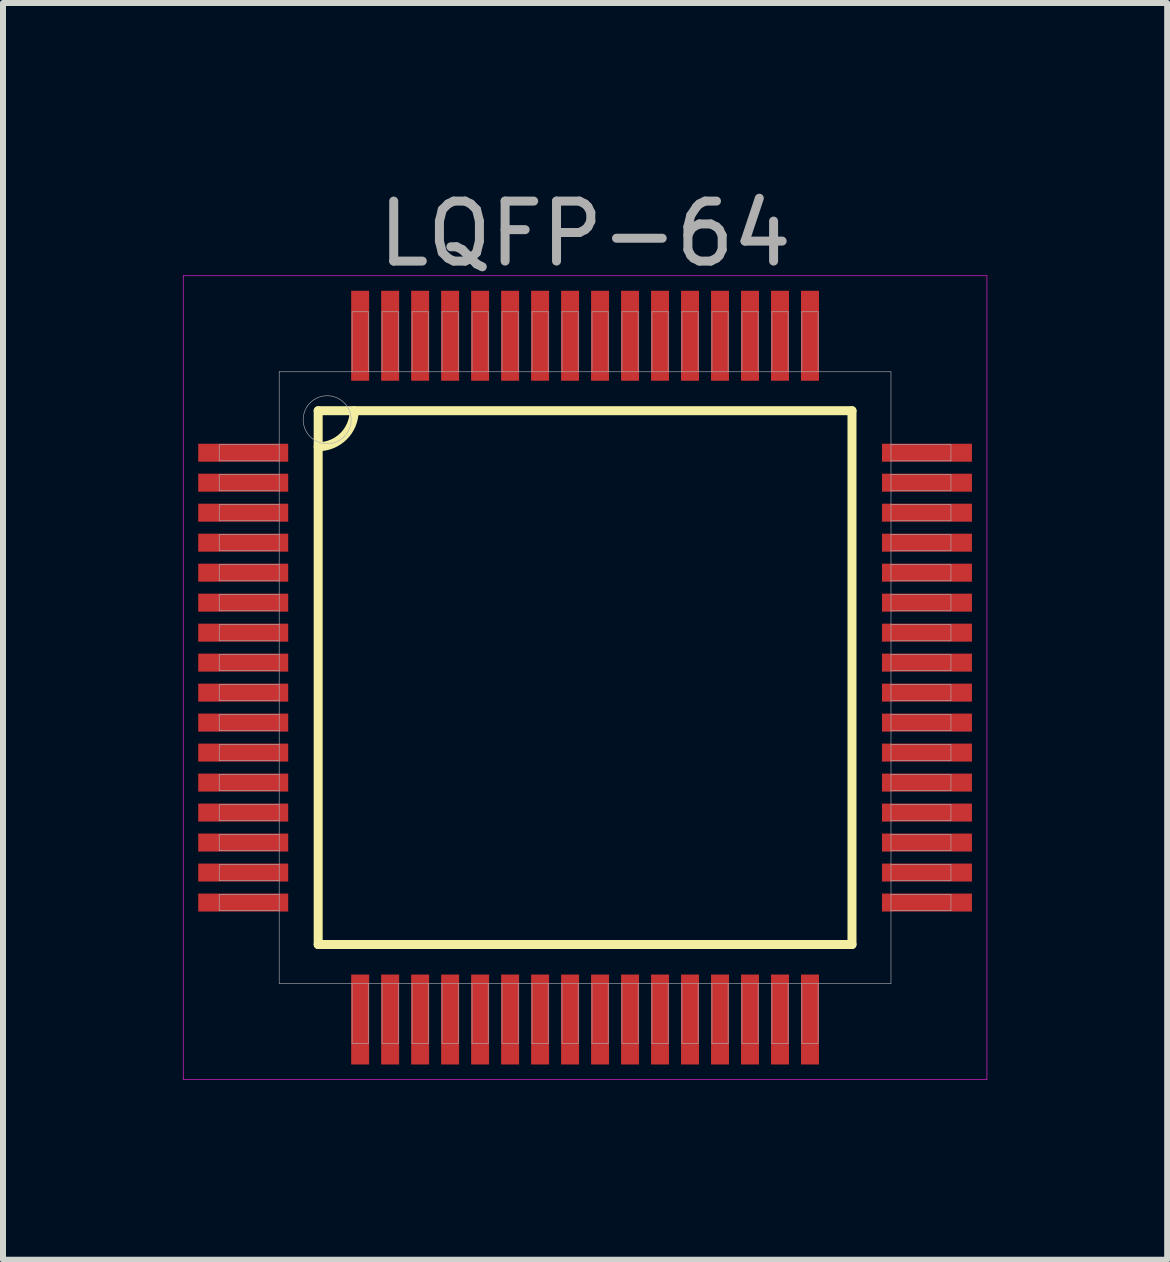
<source format=kicad_pcb>
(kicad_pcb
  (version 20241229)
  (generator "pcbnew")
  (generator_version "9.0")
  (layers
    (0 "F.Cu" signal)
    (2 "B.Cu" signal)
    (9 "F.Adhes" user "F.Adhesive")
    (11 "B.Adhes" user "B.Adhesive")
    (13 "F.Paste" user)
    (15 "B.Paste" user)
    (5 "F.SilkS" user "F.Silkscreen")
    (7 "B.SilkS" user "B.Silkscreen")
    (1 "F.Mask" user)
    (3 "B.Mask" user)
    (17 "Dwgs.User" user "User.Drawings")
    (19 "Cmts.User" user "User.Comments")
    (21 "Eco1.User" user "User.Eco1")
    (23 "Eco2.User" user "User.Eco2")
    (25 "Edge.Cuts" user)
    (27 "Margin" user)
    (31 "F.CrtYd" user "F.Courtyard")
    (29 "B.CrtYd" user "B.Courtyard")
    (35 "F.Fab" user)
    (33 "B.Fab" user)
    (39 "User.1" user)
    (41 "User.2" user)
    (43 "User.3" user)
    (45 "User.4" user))
  (footprint "LQFP-64"
    (layer "F.Cu")
    (at 6.705 8.248)
    (property "Reference" "LQFP-64" (at 0 -7.4 0) (layer "F.Fab") (effects (font (size 1 1) (thickness 0.15))))
    (attr through_hole)
    (fp_line (start -4.45 -4.45) (end 4.45 -4.45) (stroke (width 0.15) (type solid)) (layer "F.SilkS"))
    (fp_line (start -4.45 4.45) (end -4.45 -4.45) (stroke (width 0.15) (type solid)) (layer "F.SilkS"))
    (fp_line (start 4.45 -4.45) (end 4.45 4.45) (stroke (width 0.15) (type solid)) (layer "F.SilkS"))
    (fp_line (start 4.45 4.45) (end -4.45 4.45) (stroke (width 0.15) (type solid)) (layer "F.SilkS"))
    (fp_arc (start -3.85 -4.45) (mid -4.025736 -4.025736) (end -4.45 -3.85) (stroke (width 0.15) (type solid)) (layer "F.SilkS"))
    (fp_line (start -6.7 -6.7) (end 6.7 -6.7) (stroke (width 0.01) (type solid)) (layer "F.CrtYd"))
    (fp_line (start -6.7 6.7) (end -6.7 -6.7) (stroke (width 0.01) (type solid)) (layer "F.CrtYd"))
    (fp_line (start 6.7 -6.7) (end 6.7 6.7) (stroke (width 0.01) (type solid)) (layer "F.CrtYd"))
    (fp_line (start 6.7 6.7) (end -6.7 6.7) (stroke (width 0.01) (type solid)) (layer "F.CrtYd"))
    (fp_line (start -6.1 -3.885) (end -5.1 -3.885) (stroke (width 0.01) (type solid)) (layer "F.Fab"))
    (fp_line (start -6.1 -3.615) (end -6.1 -3.885) (stroke (width 0.01) (type solid)) (layer "F.Fab"))
    (fp_line (start -6.1 -3.385) (end -5.1 -3.385) (stroke (width 0.01) (type solid)) (layer "F.Fab"))
    (fp_line (start -6.1 -3.115) (end -6.1 -3.385) (stroke (width 0.01) (type solid)) (layer "F.Fab"))
    (fp_line (start -6.1 -2.885) (end -5.1 -2.885) (stroke (width 0.01) (type solid)) (layer "F.Fab"))
    (fp_line (start -6.1 -2.615) (end -6.1 -2.885) (stroke (width 0.01) (type solid)) (layer "F.Fab"))
    (fp_line (start -6.1 -2.385) (end -5.1 -2.385) (stroke (width 0.01) (type solid)) (layer "F.Fab"))
    (fp_line (start -6.1 -2.115) (end -6.1 -2.385) (stroke (width 0.01) (type solid)) (layer "F.Fab"))
    (fp_line (start -6.1 -1.885) (end -5.1 -1.885) (stroke (width 0.01) (type solid)) (layer "F.Fab"))
    (fp_line (start -6.1 -1.615) (end -6.1 -1.885) (stroke (width 0.01) (type solid)) (layer "F.Fab"))
    (fp_line (start -6.1 -1.385) (end -5.1 -1.385) (stroke (width 0.01) (type solid)) (layer "F.Fab"))
    (fp_line (start -6.1 -1.115) (end -6.1 -1.385) (stroke (width 0.01) (type solid)) (layer "F.Fab"))
    (fp_line (start -6.1 -0.885) (end -5.1 -0.885) (stroke (width 0.01) (type solid)) (layer "F.Fab"))
    (fp_line (start -6.1 -0.615) (end -6.1 -0.885) (stroke (width 0.01) (type solid)) (layer "F.Fab"))
    (fp_line (start -6.1 -0.385) (end -5.1 -0.385) (stroke (width 0.01) (type solid)) (layer "F.Fab"))
    (fp_line (start -6.1 -0.115) (end -6.1 -0.385) (stroke (width 0.01) (type solid)) (layer "F.Fab"))
    (fp_line (start -6.1 0.115) (end -5.1 0.115) (stroke (width 0.01) (type solid)) (layer "F.Fab"))
    (fp_line (start -6.1 0.385) (end -6.1 0.115) (stroke (width 0.01) (type solid)) (layer "F.Fab"))
    (fp_line (start -6.1 0.615) (end -5.1 0.615) (stroke (width 0.01) (type solid)) (layer "F.Fab"))
    (fp_line (start -6.1 0.885) (end -6.1 0.615) (stroke (width 0.01) (type solid)) (layer "F.Fab"))
    (fp_line (start -6.1 1.115) (end -5.1 1.115) (stroke (width 0.01) (type solid)) (layer "F.Fab"))
    (fp_line (start -6.1 1.385) (end -6.1 1.115) (stroke (width 0.01) (type solid)) (layer "F.Fab"))
    (fp_line (start -6.1 1.615) (end -5.1 1.615) (stroke (width 0.01) (type solid)) (layer "F.Fab"))
    (fp_line (start -6.1 1.885) (end -6.1 1.615) (stroke (width 0.01) (type solid)) (layer "F.Fab"))
    (fp_line (start -6.1 2.115) (end -5.1 2.115) (stroke (width 0.01) (type solid)) (layer "F.Fab"))
    (fp_line (start -6.1 2.385) (end -6.1 2.115) (stroke (width 0.01) (type solid)) (layer "F.Fab"))
    (fp_line (start -6.1 2.615) (end -5.1 2.615) (stroke (width 0.01) (type solid)) (layer "F.Fab"))
    (fp_line (start -6.1 2.885) (end -6.1 2.615) (stroke (width 0.01) (type solid)) (layer "F.Fab"))
    (fp_line (start -6.1 3.115) (end -5.1 3.115) (stroke (width 0.01) (type solid)) (layer "F.Fab"))
    (fp_line (start -6.1 3.385) (end -6.1 3.115) (stroke (width 0.01) (type solid)) (layer "F.Fab"))
    (fp_line (start -6.1 3.615) (end -5.1 3.615) (stroke (width 0.01) (type solid)) (layer "F.Fab"))
    (fp_line (start -6.1 3.885) (end -6.1 3.615) (stroke (width 0.01) (type solid)) (layer "F.Fab"))
    (fp_line (start -5.1 -5.1) (end 5.1 -5.1) (stroke (width 0.01) (type solid)) (layer "F.Fab"))
    (fp_line (start -5.1 -3.615) (end -6.1 -3.615) (stroke (width 0.01) (type solid)) (layer "F.Fab"))
    (fp_line (start -5.1 -3.115) (end -6.1 -3.115) (stroke (width 0.01) (type solid)) (layer "F.Fab"))
    (fp_line (start -5.1 -2.615) (end -6.1 -2.615) (stroke (width 0.01) (type solid)) (layer "F.Fab"))
    (fp_line (start -5.1 -2.115) (end -6.1 -2.115) (stroke (width 0.01) (type solid)) (layer "F.Fab"))
    (fp_line (start -5.1 -1.615) (end -6.1 -1.615) (stroke (width 0.01) (type solid)) (layer "F.Fab"))
    (fp_line (start -5.1 -1.115) (end -6.1 -1.115) (stroke (width 0.01) (type solid)) (layer "F.Fab"))
    (fp_line (start -5.1 -0.615) (end -6.1 -0.615) (stroke (width 0.01) (type solid)) (layer "F.Fab"))
    (fp_line (start -5.1 -0.115) (end -6.1 -0.115) (stroke (width 0.01) (type solid)) (layer "F.Fab"))
    (fp_line (start -5.1 0.385) (end -6.1 0.385) (stroke (width 0.01) (type solid)) (layer "F.Fab"))
    (fp_line (start -5.1 0.885) (end -6.1 0.885) (stroke (width 0.01) (type solid)) (layer "F.Fab"))
    (fp_line (start -5.1 1.385) (end -6.1 1.385) (stroke (width 0.01) (type solid)) (layer "F.Fab"))
    (fp_line (start -5.1 1.885) (end -6.1 1.885) (stroke (width 0.01) (type solid)) (layer "F.Fab"))
    (fp_line (start -5.1 2.385) (end -6.1 2.385) (stroke (width 0.01) (type solid)) (layer "F.Fab"))
    (fp_line (start -5.1 2.885) (end -6.1 2.885) (stroke (width 0.01) (type solid)) (layer "F.Fab"))
    (fp_line (start -5.1 3.385) (end -6.1 3.385) (stroke (width 0.01) (type solid)) (layer "F.Fab"))
    (fp_line (start -5.1 3.885) (end -6.1 3.885) (stroke (width 0.01) (type solid)) (layer "F.Fab"))
    (fp_line (start -5.1 5.1) (end -5.1 -5.1) (stroke (width 0.01) (type solid)) (layer "F.Fab"))
    (fp_line (start -3.885 -6.1) (end -3.615 -6.1) (stroke (width 0.01) (type solid)) (layer "F.Fab"))
    (fp_line (start -3.885 -5.1) (end -3.885 -6.1) (stroke (width 0.01) (type solid)) (layer "F.Fab"))
    (fp_line (start -3.885 6.1) (end -3.885 5.1) (stroke (width 0.01) (type solid)) (layer "F.Fab"))
    (fp_line (start -3.615 -6.1) (end -3.615 -5.1) (stroke (width 0.01) (type solid)) (layer "F.Fab"))
    (fp_line (start -3.615 5.1) (end -3.615 6.1) (stroke (width 0.01) (type solid)) (layer "F.Fab"))
    (fp_line (start -3.615 6.1) (end -3.885 6.1) (stroke (width 0.01) (type solid)) (layer "F.Fab"))
    (fp_line (start -3.385 -6.1) (end -3.115 -6.1) (stroke (width 0.01) (type solid)) (layer "F.Fab"))
    (fp_line (start -3.385 -5.1) (end -3.385 -6.1) (stroke (width 0.01) (type solid)) (layer "F.Fab"))
    (fp_line (start -3.385 6.1) (end -3.385 5.1) (stroke (width 0.01) (type solid)) (layer "F.Fab"))
    (fp_line (start -3.115 -6.1) (end -3.115 -5.1) (stroke (width 0.01) (type solid)) (layer "F.Fab"))
    (fp_line (start -3.115 5.1) (end -3.115 6.1) (stroke (width 0.01) (type solid)) (layer "F.Fab"))
    (fp_line (start -3.115 6.1) (end -3.385 6.1) (stroke (width 0.01) (type solid)) (layer "F.Fab"))
    (fp_line (start -2.885 -6.1) (end -2.615 -6.1) (stroke (width 0.01) (type solid)) (layer "F.Fab"))
    (fp_line (start -2.885 -5.1) (end -2.885 -6.1) (stroke (width 0.01) (type solid)) (layer "F.Fab"))
    (fp_line (start -2.885 6.1) (end -2.885 5.1) (stroke (width 0.01) (type solid)) (layer "F.Fab"))
    (fp_line (start -2.615 -6.1) (end -2.615 -5.1) (stroke (width 0.01) (type solid)) (layer "F.Fab"))
    (fp_line (start -2.615 5.1) (end -2.615 6.1) (stroke (width 0.01) (type solid)) (layer "F.Fab"))
    (fp_line (start -2.615 6.1) (end -2.885 6.1) (stroke (width 0.01) (type solid)) (layer "F.Fab"))
    (fp_line (start -2.385 -6.1) (end -2.115 -6.1) (stroke (width 0.01) (type solid)) (layer "F.Fab"))
    (fp_line (start -2.385 -5.1) (end -2.385 -6.1) (stroke (width 0.01) (type solid)) (layer "F.Fab"))
    (fp_line (start -2.385 6.1) (end -2.385 5.1) (stroke (width 0.01) (type solid)) (layer "F.Fab"))
    (fp_line (start -2.115 -6.1) (end -2.115 -5.1) (stroke (width 0.01) (type solid)) (layer "F.Fab"))
    (fp_line (start -2.115 5.1) (end -2.115 6.1) (stroke (width 0.01) (type solid)) (layer "F.Fab"))
    (fp_line (start -2.115 6.1) (end -2.385 6.1) (stroke (width 0.01) (type solid)) (layer "F.Fab"))
    (fp_line (start -1.885 -6.1) (end -1.615 -6.1) (stroke (width 0.01) (type solid)) (layer "F.Fab"))
    (fp_line (start -1.885 -5.1) (end -1.885 -6.1) (stroke (width 0.01) (type solid)) (layer "F.Fab"))
    (fp_line (start -1.885 6.1) (end -1.885 5.1) (stroke (width 0.01) (type solid)) (layer "F.Fab"))
    (fp_line (start -1.615 -6.1) (end -1.615 -5.1) (stroke (width 0.01) (type solid)) (layer "F.Fab"))
    (fp_line (start -1.615 5.1) (end -1.615 6.1) (stroke (width 0.01) (type solid)) (layer "F.Fab"))
    (fp_line (start -1.615 6.1) (end -1.885 6.1) (stroke (width 0.01) (type solid)) (layer "F.Fab"))
    (fp_line (start -1.385 -6.1) (end -1.115 -6.1) (stroke (width 0.01) (type solid)) (layer "F.Fab"))
    (fp_line (start -1.385 -5.1) (end -1.385 -6.1) (stroke (width 0.01) (type solid)) (layer "F.Fab"))
    (fp_line (start -1.385 6.1) (end -1.385 5.1) (stroke (width 0.01) (type solid)) (layer "F.Fab"))
    (fp_line (start -1.115 -6.1) (end -1.115 -5.1) (stroke (width 0.01) (type solid)) (layer "F.Fab"))
    (fp_line (start -1.115 5.1) (end -1.115 6.1) (stroke (width 0.01) (type solid)) (layer "F.Fab"))
    (fp_line (start -1.115 6.1) (end -1.385 6.1) (stroke (width 0.01) (type solid)) (layer "F.Fab"))
    (fp_line (start -0.885 -6.1) (end -0.615 -6.1) (stroke (width 0.01) (type solid)) (layer "F.Fab"))
    (fp_line (start -0.885 -5.1) (end -0.885 -6.1) (stroke (width 0.01) (type solid)) (layer "F.Fab"))
    (fp_line (start -0.885 6.1) (end -0.885 5.1) (stroke (width 0.01) (type solid)) (layer "F.Fab"))
    (fp_line (start -0.615 -6.1) (end -0.615 -5.1) (stroke (width 0.01) (type solid)) (layer "F.Fab"))
    (fp_line (start -0.615 5.1) (end -0.615 6.1) (stroke (width 0.01) (type solid)) (layer "F.Fab"))
    (fp_line (start -0.615 6.1) (end -0.885 6.1) (stroke (width 0.01) (type solid)) (layer "F.Fab"))
    (fp_line (start -0.385 -6.1) (end -0.115 -6.1) (stroke (width 0.01) (type solid)) (layer "F.Fab"))
    (fp_line (start -0.385 -5.1) (end -0.385 -6.1) (stroke (width 0.01) (type solid)) (layer "F.Fab"))
    (fp_line (start -0.385 6.1) (end -0.385 5.1) (stroke (width 0.01) (type solid)) (layer "F.Fab"))
    (fp_line (start -0.115 -6.1) (end -0.115 -5.1) (stroke (width 0.01) (type solid)) (layer "F.Fab"))
    (fp_line (start -0.115 5.1) (end -0.115 6.1) (stroke (width 0.01) (type solid)) (layer "F.Fab"))
    (fp_line (start -0.115 6.1) (end -0.385 6.1) (stroke (width 0.01) (type solid)) (layer "F.Fab"))
    (fp_line (start 0.115 -6.1) (end 0.385 -6.1) (stroke (width 0.01) (type solid)) (layer "F.Fab"))
    (fp_line (start 0.115 -5.1) (end 0.115 -6.1) (stroke (width 0.01) (type solid)) (layer "F.Fab"))
    (fp_line (start 0.115 6.1) (end 0.115 5.1) (stroke (width 0.01) (type solid)) (layer "F.Fab"))
    (fp_line (start 0.385 -6.1) (end 0.385 -5.1) (stroke (width 0.01) (type solid)) (layer "F.Fab"))
    (fp_line (start 0.385 5.1) (end 0.385 6.1) (stroke (width 0.01) (type solid)) (layer "F.Fab"))
    (fp_line (start 0.385 6.1) (end 0.115 6.1) (stroke (width 0.01) (type solid)) (layer "F.Fab"))
    (fp_line (start 0.615 -6.1) (end 0.885 -6.1) (stroke (width 0.01) (type solid)) (layer "F.Fab"))
    (fp_line (start 0.615 -5.1) (end 0.615 -6.1) (stroke (width 0.01) (type solid)) (layer "F.Fab"))
    (fp_line (start 0.615 6.1) (end 0.615 5.1) (stroke (width 0.01) (type solid)) (layer "F.Fab"))
    (fp_line (start 0.885 -6.1) (end 0.885 -5.1) (stroke (width 0.01) (type solid)) (layer "F.Fab"))
    (fp_line (start 0.885 5.1) (end 0.885 6.1) (stroke (width 0.01) (type solid)) (layer "F.Fab"))
    (fp_line (start 0.885 6.1) (end 0.615 6.1) (stroke (width 0.01) (type solid)) (layer "F.Fab"))
    (fp_line (start 1.115 -6.1) (end 1.385 -6.1) (stroke (width 0.01) (type solid)) (layer "F.Fab"))
    (fp_line (start 1.115 -5.1) (end 1.115 -6.1) (stroke (width 0.01) (type solid)) (layer "F.Fab"))
    (fp_line (start 1.115 6.1) (end 1.115 5.1) (stroke (width 0.01) (type solid)) (layer "F.Fab"))
    (fp_line (start 1.385 -6.1) (end 1.385 -5.1) (stroke (width 0.01) (type solid)) (layer "F.Fab"))
    (fp_line (start 1.385 5.1) (end 1.385 6.1) (stroke (width 0.01) (type solid)) (layer "F.Fab"))
    (fp_line (start 1.385 6.1) (end 1.115 6.1) (stroke (width 0.01) (type solid)) (layer "F.Fab"))
    (fp_line (start 1.615 -6.1) (end 1.885 -6.1) (stroke (width 0.01) (type solid)) (layer "F.Fab"))
    (fp_line (start 1.615 -5.1) (end 1.615 -6.1) (stroke (width 0.01) (type solid)) (layer "F.Fab"))
    (fp_line (start 1.615 6.1) (end 1.615 5.1) (stroke (width 0.01) (type solid)) (layer "F.Fab"))
    (fp_line (start 1.885 -6.1) (end 1.885 -5.1) (stroke (width 0.01) (type solid)) (layer "F.Fab"))
    (fp_line (start 1.885 5.1) (end 1.885 6.1) (stroke (width 0.01) (type solid)) (layer "F.Fab"))
    (fp_line (start 1.885 6.1) (end 1.615 6.1) (stroke (width 0.01) (type solid)) (layer "F.Fab"))
    (fp_line (start 2.115 -6.1) (end 2.385 -6.1) (stroke (width 0.01) (type solid)) (layer "F.Fab"))
    (fp_line (start 2.115 -5.1) (end 2.115 -6.1) (stroke (width 0.01) (type solid)) (layer "F.Fab"))
    (fp_line (start 2.115 6.1) (end 2.115 5.1) (stroke (width 0.01) (type solid)) (layer "F.Fab"))
    (fp_line (start 2.385 -6.1) (end 2.385 -5.1) (stroke (width 0.01) (type solid)) (layer "F.Fab"))
    (fp_line (start 2.385 5.1) (end 2.385 6.1) (stroke (width 0.01) (type solid)) (layer "F.Fab"))
    (fp_line (start 2.385 6.1) (end 2.115 6.1) (stroke (width 0.01) (type solid)) (layer "F.Fab"))
    (fp_line (start 2.615 -6.1) (end 2.885 -6.1) (stroke (width 0.01) (type solid)) (layer "F.Fab"))
    (fp_line (start 2.615 -5.1) (end 2.615 -6.1) (stroke (width 0.01) (type solid)) (layer "F.Fab"))
    (fp_line (start 2.615 6.1) (end 2.615 5.1) (stroke (width 0.01) (type solid)) (layer "F.Fab"))
    (fp_line (start 2.885 -6.1) (end 2.885 -5.1) (stroke (width 0.01) (type solid)) (layer "F.Fab"))
    (fp_line (start 2.885 5.1) (end 2.885 6.1) (stroke (width 0.01) (type solid)) (layer "F.Fab"))
    (fp_line (start 2.885 6.1) (end 2.615 6.1) (stroke (width 0.01) (type solid)) (layer "F.Fab"))
    (fp_line (start 3.115 -6.1) (end 3.385 -6.1) (stroke (width 0.01) (type solid)) (layer "F.Fab"))
    (fp_line (start 3.115 -5.1) (end 3.115 -6.1) (stroke (width 0.01) (type solid)) (layer "F.Fab"))
    (fp_line (start 3.115 6.1) (end 3.115 5.1) (stroke (width 0.01) (type solid)) (layer "F.Fab"))
    (fp_line (start 3.385 -6.1) (end 3.385 -5.1) (stroke (width 0.01) (type solid)) (layer "F.Fab"))
    (fp_line (start 3.385 5.1) (end 3.385 6.1) (stroke (width 0.01) (type solid)) (layer "F.Fab"))
    (fp_line (start 3.385 6.1) (end 3.115 6.1) (stroke (width 0.01) (type solid)) (layer "F.Fab"))
    (fp_line (start 3.615 -6.1) (end 3.885 -6.1) (stroke (width 0.01) (type solid)) (layer "F.Fab"))
    (fp_line (start 3.615 -5.1) (end 3.615 -6.1) (stroke (width 0.01) (type solid)) (layer "F.Fab"))
    (fp_line (start 3.615 6.1) (end 3.615 5.1) (stroke (width 0.01) (type solid)) (layer "F.Fab"))
    (fp_line (start 3.885 -6.1) (end 3.885 -5.1) (stroke (width 0.01) (type solid)) (layer "F.Fab"))
    (fp_line (start 3.885 5.1) (end 3.885 6.1) (stroke (width 0.01) (type solid)) (layer "F.Fab"))
    (fp_line (start 3.885 6.1) (end 3.615 6.1) (stroke (width 0.01) (type solid)) (layer "F.Fab"))
    (fp_line (start 5.1 -5.1) (end 5.1 5.1) (stroke (width 0.01) (type solid)) (layer "F.Fab"))
    (fp_line (start 5.1 -3.885) (end 6.1 -3.885) (stroke (width 0.01) (type solid)) (layer "F.Fab"))
    (fp_line (start 5.1 -3.385) (end 6.1 -3.385) (stroke (width 0.01) (type solid)) (layer "F.Fab"))
    (fp_line (start 5.1 -2.885) (end 6.1 -2.885) (stroke (width 0.01) (type solid)) (layer "F.Fab"))
    (fp_line (start 5.1 -2.385) (end 6.1 -2.385) (stroke (width 0.01) (type solid)) (layer "F.Fab"))
    (fp_line (start 5.1 -1.885) (end 6.1 -1.885) (stroke (width 0.01) (type solid)) (layer "F.Fab"))
    (fp_line (start 5.1 -1.385) (end 6.1 -1.385) (stroke (width 0.01) (type solid)) (layer "F.Fab"))
    (fp_line (start 5.1 -0.885) (end 6.1 -0.885) (stroke (width 0.01) (type solid)) (layer "F.Fab"))
    (fp_line (start 5.1 -0.385) (end 6.1 -0.385) (stroke (width 0.01) (type solid)) (layer "F.Fab"))
    (fp_line (start 5.1 0.115) (end 6.1 0.115) (stroke (width 0.01) (type solid)) (layer "F.Fab"))
    (fp_line (start 5.1 0.615) (end 6.1 0.615) (stroke (width 0.01) (type solid)) (layer "F.Fab"))
    (fp_line (start 5.1 1.115) (end 6.1 1.115) (stroke (width 0.01) (type solid)) (layer "F.Fab"))
    (fp_line (start 5.1 1.615) (end 6.1 1.615) (stroke (width 0.01) (type solid)) (layer "F.Fab"))
    (fp_line (start 5.1 2.115) (end 6.1 2.115) (stroke (width 0.01) (type solid)) (layer "F.Fab"))
    (fp_line (start 5.1 2.615) (end 6.1 2.615) (stroke (width 0.01) (type solid)) (layer "F.Fab"))
    (fp_line (start 5.1 3.115) (end 6.1 3.115) (stroke (width 0.01) (type solid)) (layer "F.Fab"))
    (fp_line (start 5.1 3.615) (end 6.1 3.615) (stroke (width 0.01) (type solid)) (layer "F.Fab"))
    (fp_line (start 5.1 5.1) (end -5.1 5.1) (stroke (width 0.01) (type solid)) (layer "F.Fab"))
    (fp_line (start 6.1 -3.885) (end 6.1 -3.615) (stroke (width 0.01) (type solid)) (layer "F.Fab"))
    (fp_line (start 6.1 -3.615) (end 5.1 -3.615) (stroke (width 0.01) (type solid)) (layer "F.Fab"))
    (fp_line (start 6.1 -3.385) (end 6.1 -3.115) (stroke (width 0.01) (type solid)) (layer "F.Fab"))
    (fp_line (start 6.1 -3.115) (end 5.1 -3.115) (stroke (width 0.01) (type solid)) (layer "F.Fab"))
    (fp_line (start 6.1 -2.885) (end 6.1 -2.615) (stroke (width 0.01) (type solid)) (layer "F.Fab"))
    (fp_line (start 6.1 -2.615) (end 5.1 -2.615) (stroke (width 0.01) (type solid)) (layer "F.Fab"))
    (fp_line (start 6.1 -2.385) (end 6.1 -2.115) (stroke (width 0.01) (type solid)) (layer "F.Fab"))
    (fp_line (start 6.1 -2.115) (end 5.1 -2.115) (stroke (width 0.01) (type solid)) (layer "F.Fab"))
    (fp_line (start 6.1 -1.885) (end 6.1 -1.615) (stroke (width 0.01) (type solid)) (layer "F.Fab"))
    (fp_line (start 6.1 -1.615) (end 5.1 -1.615) (stroke (width 0.01) (type solid)) (layer "F.Fab"))
    (fp_line (start 6.1 -1.385) (end 6.1 -1.115) (stroke (width 0.01) (type solid)) (layer "F.Fab"))
    (fp_line (start 6.1 -1.115) (end 5.1 -1.115) (stroke (width 0.01) (type solid)) (layer "F.Fab"))
    (fp_line (start 6.1 -0.885) (end 6.1 -0.615) (stroke (width 0.01) (type solid)) (layer "F.Fab"))
    (fp_line (start 6.1 -0.615) (end 5.1 -0.615) (stroke (width 0.01) (type solid)) (layer "F.Fab"))
    (fp_line (start 6.1 -0.385) (end 6.1 -0.115) (stroke (width 0.01) (type solid)) (layer "F.Fab"))
    (fp_line (start 6.1 -0.115) (end 5.1 -0.115) (stroke (width 0.01) (type solid)) (layer "F.Fab"))
    (fp_line (start 6.1 0.115) (end 6.1 0.385) (stroke (width 0.01) (type solid)) (layer "F.Fab"))
    (fp_line (start 6.1 0.385) (end 5.1 0.385) (stroke (width 0.01) (type solid)) (layer "F.Fab"))
    (fp_line (start 6.1 0.615) (end 6.1 0.885) (stroke (width 0.01) (type solid)) (layer "F.Fab"))
    (fp_line (start 6.1 0.885) (end 5.1 0.885) (stroke (width 0.01) (type solid)) (layer "F.Fab"))
    (fp_line (start 6.1 1.115) (end 6.1 1.385) (stroke (width 0.01) (type solid)) (layer "F.Fab"))
    (fp_line (start 6.1 1.385) (end 5.1 1.385) (stroke (width 0.01) (type solid)) (layer "F.Fab"))
    (fp_line (start 6.1 1.615) (end 6.1 1.885) (stroke (width 0.01) (type solid)) (layer "F.Fab"))
    (fp_line (start 6.1 1.885) (end 5.1 1.885) (stroke (width 0.01) (type solid)) (layer "F.Fab"))
    (fp_line (start 6.1 2.115) (end 6.1 2.385) (stroke (width 0.01) (type solid)) (layer "F.Fab"))
    (fp_line (start 6.1 2.385) (end 5.1 2.385) (stroke (width 0.01) (type solid)) (layer "F.Fab"))
    (fp_line (start 6.1 2.615) (end 6.1 2.885) (stroke (width 0.01) (type solid)) (layer "F.Fab"))
    (fp_line (start 6.1 2.885) (end 5.1 2.885) (stroke (width 0.01) (type solid)) (layer "F.Fab"))
    (fp_line (start 6.1 3.115) (end 6.1 3.385) (stroke (width 0.01) (type solid)) (layer "F.Fab"))
    (fp_line (start 6.1 3.385) (end 5.1 3.385) (stroke (width 0.01) (type solid)) (layer "F.Fab"))
    (fp_line (start 6.1 3.615) (end 6.1 3.885) (stroke (width 0.01) (type solid)) (layer "F.Fab"))
    (fp_line (start 6.1 3.885) (end 5.1 3.885) (stroke (width 0.01) (type solid)) (layer "F.Fab"))
    (fp_circle (center -4.3 -4.3) (end -4.3 -3.9) (stroke (width 0.01) (type solid)) (fill no) (layer "F.Fab"))
    (pad "1" smd rect (at -5.7 -3.75) (size 1.5 0.3) (layers "F.Cu" "F.Mask" "F.Paste"))
    (pad "2" smd rect (at -5.7 -3.25) (size 1.5 0.3) (layers "F.Cu" "F.Mask" "F.Paste"))
    (pad "3" smd rect (at -5.7 -2.75) (size 1.5 0.3) (layers "F.Cu" "F.Mask" "F.Paste"))
    (pad "4" smd rect (at -5.7 -2.25) (size 1.5 0.3) (layers "F.Cu" "F.Mask" "F.Paste"))
    (pad "5" smd rect (at -5.7 -1.75) (size 1.5 0.3) (layers "F.Cu" "F.Mask" "F.Paste"))
    (pad "6" smd rect (at -5.7 -1.25) (size 1.5 0.3) (layers "F.Cu" "F.Mask" "F.Paste"))
    (pad "7" smd rect (at -5.7 -0.75) (size 1.5 0.3) (layers "F.Cu" "F.Mask" "F.Paste"))
    (pad "8" smd rect (at -5.7 -0.25) (size 1.5 0.3) (layers "F.Cu" "F.Mask" "F.Paste"))
    (pad "9" smd rect (at -5.7 0.25) (size 1.5 0.3) (layers "F.Cu" "F.Mask" "F.Paste"))
    (pad "10" smd rect (at -5.7 0.75) (size 1.5 0.3) (layers "F.Cu" "F.Mask" "F.Paste"))
    (pad "11" smd rect (at -5.7 1.25) (size 1.5 0.3) (layers "F.Cu" "F.Mask" "F.Paste"))
    (pad "12" smd rect (at -5.7 1.75) (size 1.5 0.3) (layers "F.Cu" "F.Mask" "F.Paste"))
    (pad "13" smd rect (at -5.7 2.25) (size 1.5 0.3) (layers "F.Cu" "F.Mask" "F.Paste"))
    (pad "14" smd rect (at -5.7 2.75) (size 1.5 0.3) (layers "F.Cu" "F.Mask" "F.Paste"))
    (pad "15" smd rect (at -5.7 3.25) (size 1.5 0.3) (layers "F.Cu" "F.Mask" "F.Paste"))
    (pad "16" smd rect (at -5.7 3.75) (size 1.5 0.3) (layers "F.Cu" "F.Mask" "F.Paste"))
    (pad "17" smd rect (at -3.75 5.7) (size 0.3 1.5) (layers "F.Cu" "F.Mask" "F.Paste"))
    (pad "18" smd rect (at -3.25 5.7) (size 0.3 1.5) (layers "F.Cu" "F.Mask" "F.Paste"))
    (pad "19" smd rect (at -2.75 5.7) (size 0.3 1.5) (layers "F.Cu" "F.Mask" "F.Paste"))
    (pad "20" smd rect (at -2.25 5.7) (size 0.3 1.5) (layers "F.Cu" "F.Mask" "F.Paste"))
    (pad "21" smd rect (at -1.75 5.7) (size 0.3 1.5) (layers "F.Cu" "F.Mask" "F.Paste"))
    (pad "22" smd rect (at -1.25 5.7) (size 0.3 1.5) (layers "F.Cu" "F.Mask" "F.Paste"))
    (pad "23" smd rect (at -0.75 5.7) (size 0.3 1.5) (layers "F.Cu" "F.Mask" "F.Paste"))
    (pad "24" smd rect (at -0.25 5.7) (size 0.3 1.5) (layers "F.Cu" "F.Mask" "F.Paste"))
    (pad "25" smd rect (at 0.25 5.7) (size 0.3 1.5) (layers "F.Cu" "F.Mask" "F.Paste"))
    (pad "26" smd rect (at 0.75 5.7) (size 0.3 1.5) (layers "F.Cu" "F.Mask" "F.Paste"))
    (pad "27" smd rect (at 1.25 5.7) (size 0.3 1.5) (layers "F.Cu" "F.Mask" "F.Paste"))
    (pad "28" smd rect (at 1.75 5.7) (size 0.3 1.5) (layers "F.Cu" "F.Mask" "F.Paste"))
    (pad "29" smd rect (at 2.25 5.7) (size 0.3 1.5) (layers "F.Cu" "F.Mask" "F.Paste"))
    (pad "30" smd rect (at 2.75 5.7) (size 0.3 1.5) (layers "F.Cu" "F.Mask" "F.Paste"))
    (pad "31" smd rect (at 3.25 5.7) (size 0.3 1.5) (layers "F.Cu" "F.Mask" "F.Paste"))
    (pad "32" smd rect (at 3.75 5.7) (size 0.3 1.5) (layers "F.Cu" "F.Mask" "F.Paste"))
    (pad "33" smd rect (at 5.7 3.75) (size 1.5 0.3) (layers "F.Cu" "F.Mask" "F.Paste"))
    (pad "34" smd rect (at 5.7 3.25) (size 1.5 0.3) (layers "F.Cu" "F.Mask" "F.Paste"))
    (pad "35" smd rect (at 5.7 2.75) (size 1.5 0.3) (layers "F.Cu" "F.Mask" "F.Paste"))
    (pad "36" smd rect (at 5.7 2.25) (size 1.5 0.3) (layers "F.Cu" "F.Mask" "F.Paste"))
    (pad "37" smd rect (at 5.7 1.75) (size 1.5 0.3) (layers "F.Cu" "F.Mask" "F.Paste"))
    (pad "38" smd rect (at 5.7 1.25) (size 1.5 0.3) (layers "F.Cu" "F.Mask" "F.Paste"))
    (pad "39" smd rect (at 5.7 0.75) (size 1.5 0.3) (layers "F.Cu" "F.Mask" "F.Paste"))
    (pad "40" smd rect (at 5.7 0.25) (size 1.5 0.3) (layers "F.Cu" "F.Mask" "F.Paste"))
    (pad "41" smd rect (at 5.7 -0.25) (size 1.5 0.3) (layers "F.Cu" "F.Mask" "F.Paste"))
    (pad "42" smd rect (at 5.7 -0.75) (size 1.5 0.3) (layers "F.Cu" "F.Mask" "F.Paste"))
    (pad "43" smd rect (at 5.7 -1.25) (size 1.5 0.3) (layers "F.Cu" "F.Mask" "F.Paste"))
    (pad "44" smd rect (at 5.7 -1.75) (size 1.5 0.3) (layers "F.Cu" "F.Mask" "F.Paste"))
    (pad "45" smd rect (at 5.7 -2.25) (size 1.5 0.3) (layers "F.Cu" "F.Mask" "F.Paste"))
    (pad "46" smd rect (at 5.7 -2.75) (size 1.5 0.3) (layers "F.Cu" "F.Mask" "F.Paste"))
    (pad "47" smd rect (at 5.7 -3.25) (size 1.5 0.3) (layers "F.Cu" "F.Mask" "F.Paste"))
    (pad "48" smd rect (at 5.7 -3.75) (size 1.5 0.3) (layers "F.Cu" "F.Mask" "F.Paste"))
    (pad "49" smd rect (at 3.75 -5.7) (size 0.3 1.5) (layers "F.Cu" "F.Mask" "F.Paste"))
    (pad "50" smd rect (at 3.25 -5.7) (size 0.3 1.5) (layers "F.Cu" "F.Mask" "F.Paste"))
    (pad "51" smd rect (at 2.75 -5.7) (size 0.3 1.5) (layers "F.Cu" "F.Mask" "F.Paste"))
    (pad "52" smd rect (at 2.25 -5.7) (size 0.3 1.5) (layers "F.Cu" "F.Mask" "F.Paste"))
    (pad "53" smd rect (at 1.75 -5.7) (size 0.3 1.5) (layers "F.Cu" "F.Mask" "F.Paste"))
    (pad "54" smd rect (at 1.25 -5.7) (size 0.3 1.5) (layers "F.Cu" "F.Mask" "F.Paste"))
    (pad "55" smd rect (at 0.75 -5.7) (size 0.3 1.5) (layers "F.Cu" "F.Mask" "F.Paste"))
    (pad "56" smd rect (at 0.25 -5.7) (size 0.3 1.5) (layers "F.Cu" "F.Mask" "F.Paste"))
    (pad "57" smd rect (at -0.25 -5.7) (size 0.3 1.5) (layers "F.Cu" "F.Mask" "F.Paste"))
    (pad "58" smd rect (at -0.75 -5.7) (size 0.3 1.5) (layers "F.Cu" "F.Mask" "F.Paste"))
    (pad "59" smd rect (at -1.25 -5.7) (size 0.3 1.5) (layers "F.Cu" "F.Mask" "F.Paste"))
    (pad "60" smd rect (at -1.75 -5.7) (size 0.3 1.5) (layers "F.Cu" "F.Mask" "F.Paste"))
    (pad "61" smd rect (at -2.25 -5.7) (size 0.3 1.5) (layers "F.Cu" "F.Mask" "F.Paste"))
    (pad "62" smd rect (at -2.75 -5.7) (size 0.3 1.5) (layers "F.Cu" "F.Mask" "F.Paste"))
    (pad "63" smd rect (at -3.25 -5.7) (size 0.3 1.5) (layers "F.Cu" "F.Mask" "F.Paste"))
    (pad "64" smd rect (at -3.75 -5.7) (size 0.3 1.5) (layers "F.Cu" "F.Mask" "F.Paste")))
  (gr_rect
    (start -3 -3)
    (end 16.41 17.953)
    (stroke (width 0.1) (type default))
    (fill no)
    (layer "Edge.Cuts")))
</source>
